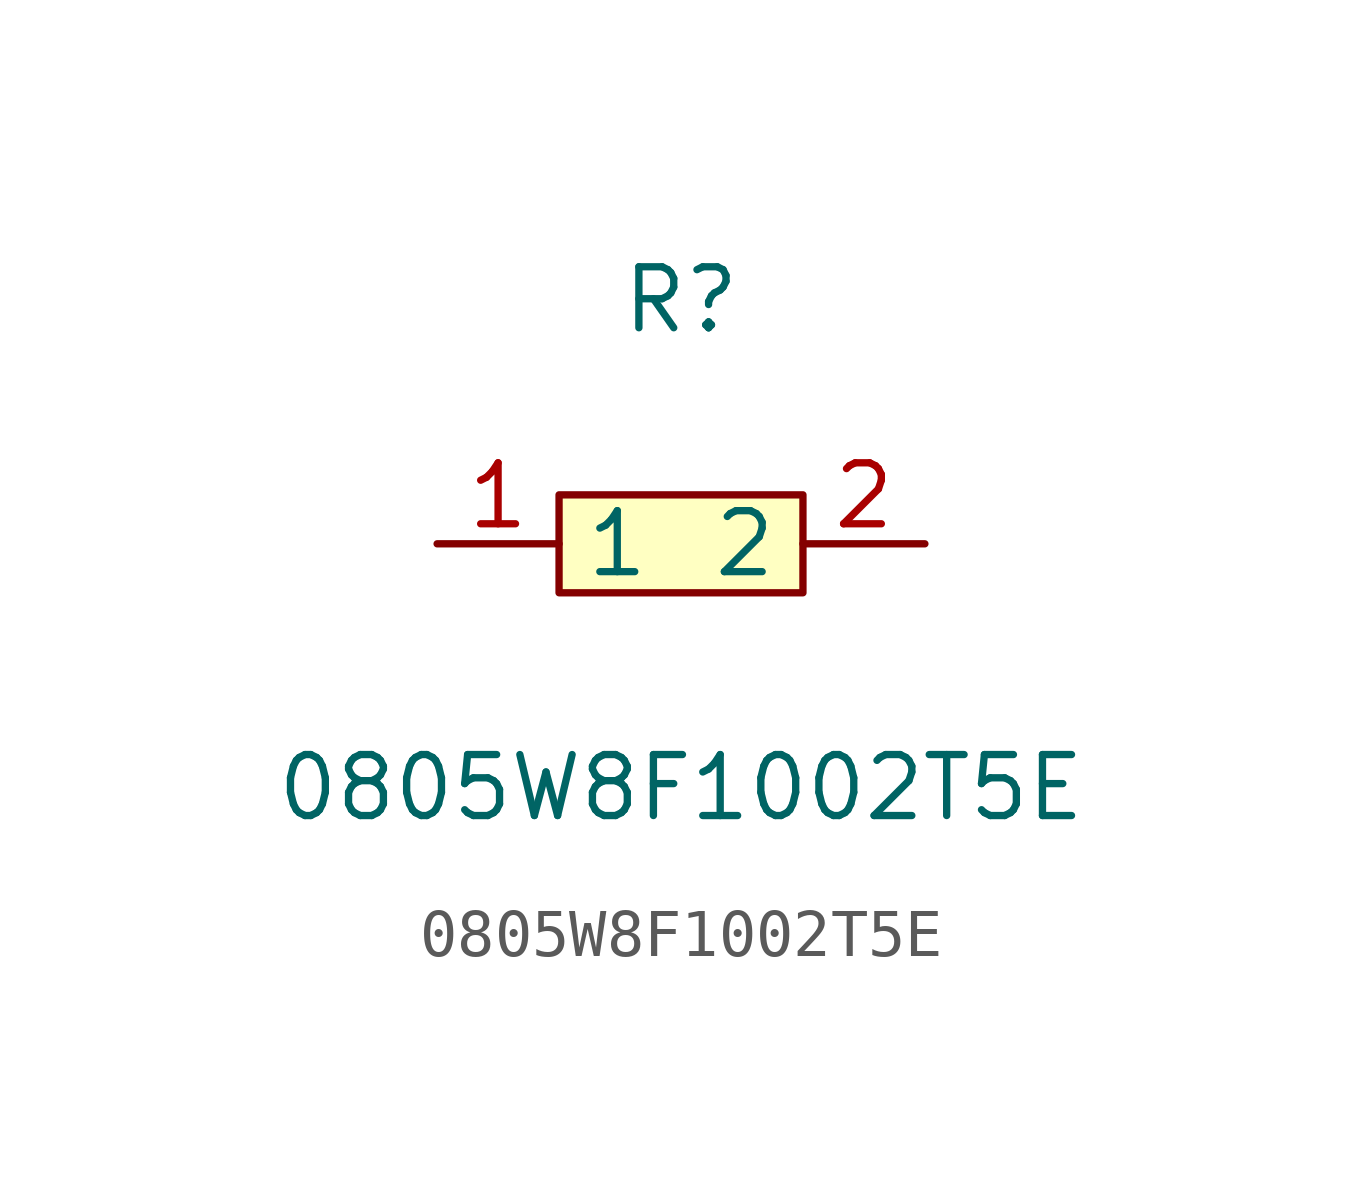
<source format=kicad_sym>
(kicad_symbol_lib
  (version 20211014)
  (generator https://github.com/uPesy/easyeda2kicad.py)
  (symbol "0805W8F1002T5E"
    (property "Reference" "R"
      (at 0 5.08 0)
      (effects (font (size 1.27 1.27))))
    (property "Value" "0805W8F1002T5E"
      (at 0 -5.08 0)
      (effects (font (size 1.27 1.27))))
    (symbol "0805W8F1002T5E_0_1"
      (rectangle (start -2.54 1.02) (end 2.54 -1.02) (stroke (width 0) (type default) (color 0 0 0 0)) (fill (type background)))
      (pin input line (at 5.08 -0.00 180) (length 2.54) (name "2" (effects (font (size 1.27 1.27)))) (number "2" (effects (font (size 1.27 1.27)))))
      (pin input line (at -5.08 -0.00 0) (length 2.54) (name "1" (effects (font (size 1.27 1.27)))) (number "1" (effects (font (size 1.27 1.27))))))))
</source>
